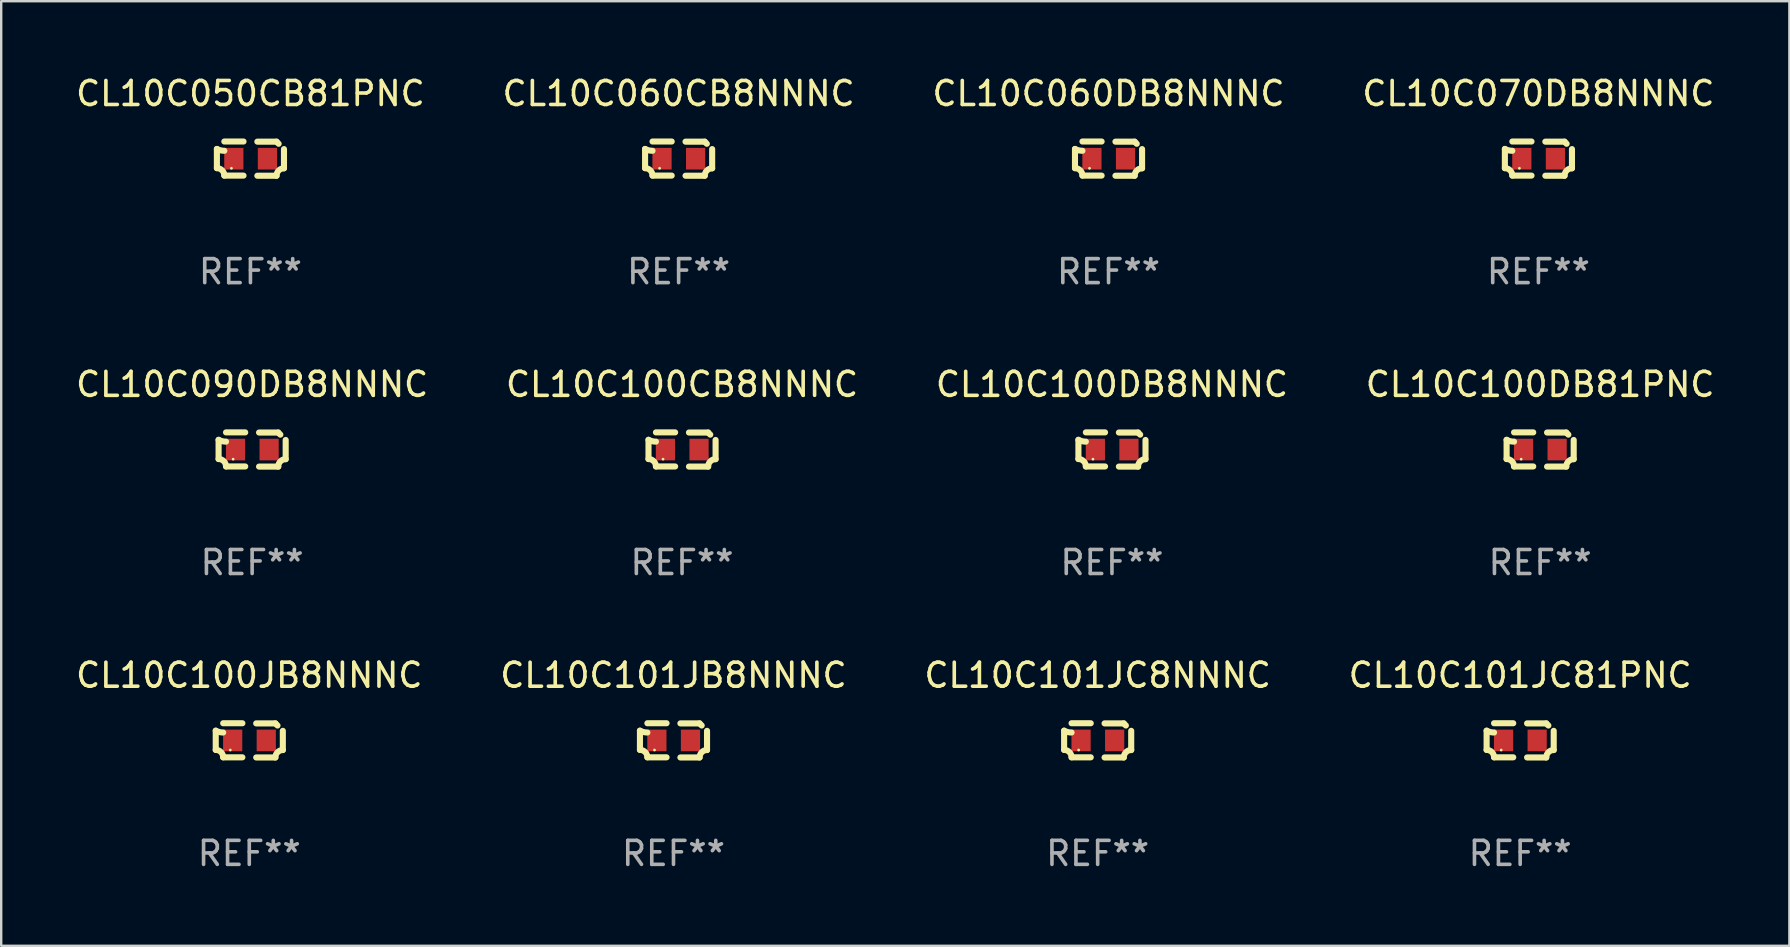
<source format=kicad_pcb>
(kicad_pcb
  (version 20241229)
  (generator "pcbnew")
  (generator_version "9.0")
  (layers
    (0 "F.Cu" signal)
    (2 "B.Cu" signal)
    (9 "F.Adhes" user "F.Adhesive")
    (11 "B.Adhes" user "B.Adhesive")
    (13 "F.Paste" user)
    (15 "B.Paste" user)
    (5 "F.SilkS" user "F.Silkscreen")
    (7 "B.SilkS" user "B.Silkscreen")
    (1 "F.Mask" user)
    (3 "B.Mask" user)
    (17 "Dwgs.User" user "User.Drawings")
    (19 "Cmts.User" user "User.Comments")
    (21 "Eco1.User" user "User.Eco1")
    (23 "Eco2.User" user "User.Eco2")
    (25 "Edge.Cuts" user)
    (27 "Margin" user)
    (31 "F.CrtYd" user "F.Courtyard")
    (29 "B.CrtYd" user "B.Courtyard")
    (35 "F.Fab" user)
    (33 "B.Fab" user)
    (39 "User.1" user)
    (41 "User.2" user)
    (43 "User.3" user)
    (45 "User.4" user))
  (footprint "CL10C100DB8NNNC"
    (layer "F.Cu")
    (at 43.292 15.683)
    (property "Reference" "CL10C100DB8NNNC" (at 0 -2.713 0) (layer "F.SilkS") (effects (font (size 1 1) (thickness 0.15))))
    (attr through_hole)
    (fp_line (start -1.398 -0.403) (end -1.398 0.397) (stroke (width 0.254) (type solid)) (layer "F.SilkS"))
    (fp_line (start -0.288 -0.713) (end -1.088 -0.713) (stroke (width 0.254) (type solid)) (layer "F.SilkS"))
    (fp_line (start -0.288 0.707) (end -1.088 0.707) (stroke (width 0.254) (type solid)) (layer "F.SilkS"))
    (fp_line (start 0.288 -0.707) (end 1.088 -0.707) (stroke (width 0.254) (type solid)) (layer "F.SilkS"))
    (fp_line (start 0.288 0.713) (end 1.088 0.713) (stroke (width 0.254) (type solid)) (layer "F.SilkS"))
    (fp_line (start 1.398 -0.397) (end 1.398 0.403) (stroke (width 0.254) (type solid)) (layer "F.SilkS"))
    (fp_arc (start -1.397789 0.397066) (mid -1.178701 0.487826) (end -1.08796 0.706922) (stroke (width 0.254001) (type solid)) (layer "F.SilkS"))
    (fp_arc (start -1.08796 -0.327176) (mid -1.247436 -0.346384) (end -1.39779 -0.402908) (stroke (width 0.254001) (type solid)) (layer "F.SilkS"))
    (fp_arc (start 1.087909 0.712738) (mid 1.178656 0.493655) (end 1.397739 0.402908) (stroke (width 0.254001) (type solid)) (layer "F.SilkS"))
    (fp_arc (start 1.175925 -0.618926) (mid 1.131917 -0.662923) (end 1.08791 -0.706922) (stroke (width 0.254001) (type solid)) (layer "F.SilkS"))
    (fp_circle (center -0.792 0.403) (end -0.762 0.403) (stroke (width 0.06) (type solid)) (fill no) (layer "F.SilkS"))
    (fp_text user "REF**" (at 0 4.713 0) (layer "F.Fab") (effects (font (size 1 1) (thickness 0.15))))
    (pad "1" smd rect (at -0.692 0.003) (size 0.8 0.9) (layers "F.Cu" "F.Mask" "F.Paste"))
    (pad "2" smd rect (at 0.708 0.003) (size 0.8 0.9) (layers "F.Cu" "F.Mask" "F.Paste")))
  (footprint "CL10C100DB81PNC"
    (layer "F.Cu")
    (at 61.137 15.683)
    (property "Reference" "CL10C100DB81PNC" (at 0 -2.713 0) (layer "F.SilkS") (effects (font (size 1 1) (thickness 0.15))))
    (attr through_hole)
    (fp_line (start -1.398 -0.403) (end -1.398 0.397) (stroke (width 0.254) (type solid)) (layer "F.SilkS"))
    (fp_line (start -0.288 -0.713) (end -1.088 -0.713) (stroke (width 0.254) (type solid)) (layer "F.SilkS"))
    (fp_line (start -0.288 0.707) (end -1.088 0.707) (stroke (width 0.254) (type solid)) (layer "F.SilkS"))
    (fp_line (start 0.288 -0.707) (end 1.088 -0.707) (stroke (width 0.254) (type solid)) (layer "F.SilkS"))
    (fp_line (start 0.288 0.713) (end 1.088 0.713) (stroke (width 0.254) (type solid)) (layer "F.SilkS"))
    (fp_line (start 1.398 -0.397) (end 1.398 0.403) (stroke (width 0.254) (type solid)) (layer "F.SilkS"))
    (fp_arc (start -1.397789 0.397066) (mid -1.178701 0.487826) (end -1.08796 0.706922) (stroke (width 0.254001) (type solid)) (layer "F.SilkS"))
    (fp_arc (start -1.08796 -0.327176) (mid -1.247436 -0.346384) (end -1.39779 -0.402908) (stroke (width 0.254001) (type solid)) (layer "F.SilkS"))
    (fp_arc (start 1.087909 0.712738) (mid 1.178656 0.493655) (end 1.397739 0.402908) (stroke (width 0.254001) (type solid)) (layer "F.SilkS"))
    (fp_arc (start 1.175925 -0.618926) (mid 1.131917 -0.662923) (end 1.08791 -0.706922) (stroke (width 0.254001) (type solid)) (layer "F.SilkS"))
    (fp_circle (center -0.792 0.403) (end -0.762 0.403) (stroke (width 0.06) (type solid)) (fill no) (layer "F.SilkS"))
    (fp_text user "REF**" (at 0 4.713 0) (layer "F.Fab") (effects (font (size 1 1) (thickness 0.15))))
    (pad "1" smd rect (at -0.692 0.003) (size 0.8 0.9) (layers "F.Cu" "F.Mask" "F.Paste"))
    (pad "2" smd rect (at 0.708 0.003) (size 0.8 0.9) (layers "F.Cu" "F.Mask" "F.Paste")))
  (footprint "CL10C101JB8NNNC"
    (layer "F.Cu")
    (at 25.018 27.805)
    (property "Reference" "CL10C101JB8NNNC" (at 0 -2.713 0) (layer "F.SilkS") (effects (font (size 1 1) (thickness 0.15))))
    (attr through_hole)
    (fp_line (start -1.398 -0.403) (end -1.398 0.397) (stroke (width 0.254) (type solid)) (layer "F.SilkS"))
    (fp_line (start -0.288 -0.713) (end -1.088 -0.713) (stroke (width 0.254) (type solid)) (layer "F.SilkS"))
    (fp_line (start -0.288 0.707) (end -1.088 0.707) (stroke (width 0.254) (type solid)) (layer "F.SilkS"))
    (fp_line (start 0.288 -0.707) (end 1.088 -0.707) (stroke (width 0.254) (type solid)) (layer "F.SilkS"))
    (fp_line (start 0.288 0.713) (end 1.088 0.713) (stroke (width 0.254) (type solid)) (layer "F.SilkS"))
    (fp_line (start 1.398 -0.397) (end 1.398 0.403) (stroke (width 0.254) (type solid)) (layer "F.SilkS"))
    (fp_arc (start -1.397789 0.397066) (mid -1.178701 0.487826) (end -1.08796 0.706922) (stroke (width 0.254001) (type solid)) (layer "F.SilkS"))
    (fp_arc (start -1.08796 -0.327176) (mid -1.247436 -0.346384) (end -1.39779 -0.402908) (stroke (width 0.254001) (type solid)) (layer "F.SilkS"))
    (fp_arc (start 1.087909 0.712738) (mid 1.178656 0.493655) (end 1.397739 0.402908) (stroke (width 0.254001) (type solid)) (layer "F.SilkS"))
    (fp_arc (start 1.175925 -0.618926) (mid 1.131917 -0.662923) (end 1.08791 -0.706922) (stroke (width 0.254001) (type solid)) (layer "F.SilkS"))
    (fp_circle (center -0.792 0.403) (end -0.762 0.403) (stroke (width 0.06) (type solid)) (fill no) (layer "F.SilkS"))
    (fp_text user "REF**" (at 0 4.713 0) (layer "F.Fab") (effects (font (size 1 1) (thickness 0.15))))
    (pad "1" smd rect (at -0.692 0.003) (size 0.8 0.9) (layers "F.Cu" "F.Mask" "F.Paste"))
    (pad "2" smd rect (at 0.708 0.003) (size 0.8 0.9) (layers "F.Cu" "F.Mask" "F.Paste")))
  (footprint "CL10C100JB8NNNC"
    (layer "F.Cu")
    (at 7.339 27.805)
    (property "Reference" "CL10C100JB8NNNC" (at 0 -2.713 0) (layer "F.SilkS") (effects (font (size 1 1) (thickness 0.15))))
    (attr through_hole)
    (fp_line (start -1.398 -0.403) (end -1.398 0.397) (stroke (width 0.254) (type solid)) (layer "F.SilkS"))
    (fp_line (start -0.288 -0.713) (end -1.088 -0.713) (stroke (width 0.254) (type solid)) (layer "F.SilkS"))
    (fp_line (start -0.288 0.707) (end -1.088 0.707) (stroke (width 0.254) (type solid)) (layer "F.SilkS"))
    (fp_line (start 0.288 -0.707) (end 1.088 -0.707) (stroke (width 0.254) (type solid)) (layer "F.SilkS"))
    (fp_line (start 0.288 0.713) (end 1.088 0.713) (stroke (width 0.254) (type solid)) (layer "F.SilkS"))
    (fp_line (start 1.398 -0.397) (end 1.398 0.403) (stroke (width 0.254) (type solid)) (layer "F.SilkS"))
    (fp_arc (start -1.397789 0.397066) (mid -1.178701 0.487826) (end -1.08796 0.706922) (stroke (width 0.254001) (type solid)) (layer "F.SilkS"))
    (fp_arc (start -1.08796 -0.327176) (mid -1.247436 -0.346384) (end -1.39779 -0.402908) (stroke (width 0.254001) (type solid)) (layer "F.SilkS"))
    (fp_arc (start 1.087909 0.712738) (mid 1.178656 0.493655) (end 1.397739 0.402908) (stroke (width 0.254001) (type solid)) (layer "F.SilkS"))
    (fp_arc (start 1.175925 -0.618926) (mid 1.131917 -0.662923) (end 1.08791 -0.706922) (stroke (width 0.254001) (type solid)) (layer "F.SilkS"))
    (fp_circle (center -0.792 0.403) (end -0.762 0.403) (stroke (width 0.06) (type solid)) (fill no) (layer "F.SilkS"))
    (fp_text user "REF**" (at 0 4.713 0) (layer "F.Fab") (effects (font (size 1 1) (thickness 0.15))))
    (pad "1" smd rect (at -0.692 0.003) (size 0.8 0.9) (layers "F.Cu" "F.Mask" "F.Paste"))
    (pad "2" smd rect (at 0.708 0.003) (size 0.8 0.9) (layers "F.Cu" "F.Mask" "F.Paste")))
  (footprint "CL10C101JC81PNC"
    (layer "F.Cu")
    (at 60.304 27.805)
    (property "Reference" "CL10C101JC81PNC" (at 0 -2.713 0) (layer "F.SilkS") (effects (font (size 1 1) (thickness 0.15))))
    (attr through_hole)
    (fp_line (start -1.398 -0.403) (end -1.398 0.397) (stroke (width 0.254) (type solid)) (layer "F.SilkS"))
    (fp_line (start -0.288 -0.713) (end -1.088 -0.713) (stroke (width 0.254) (type solid)) (layer "F.SilkS"))
    (fp_line (start -0.288 0.707) (end -1.088 0.707) (stroke (width 0.254) (type solid)) (layer "F.SilkS"))
    (fp_line (start 0.288 -0.707) (end 1.088 -0.707) (stroke (width 0.254) (type solid)) (layer "F.SilkS"))
    (fp_line (start 0.288 0.713) (end 1.088 0.713) (stroke (width 0.254) (type solid)) (layer "F.SilkS"))
    (fp_line (start 1.398 -0.397) (end 1.398 0.403) (stroke (width 0.254) (type solid)) (layer "F.SilkS"))
    (fp_arc (start -1.397789 0.397066) (mid -1.178701 0.487826) (end -1.08796 0.706922) (stroke (width 0.254001) (type solid)) (layer "F.SilkS"))
    (fp_arc (start -1.08796 -0.327176) (mid -1.247436 -0.346384) (end -1.39779 -0.402908) (stroke (width 0.254001) (type solid)) (layer "F.SilkS"))
    (fp_arc (start 1.087909 0.712738) (mid 1.178656 0.493655) (end 1.397739 0.402908) (stroke (width 0.254001) (type solid)) (layer "F.SilkS"))
    (fp_arc (start 1.175925 -0.618926) (mid 1.131917 -0.662923) (end 1.08791 -0.706922) (stroke (width 0.254001) (type solid)) (layer "F.SilkS"))
    (fp_circle (center -0.792 0.403) (end -0.762 0.403) (stroke (width 0.06) (type solid)) (fill no) (layer "F.SilkS"))
    (fp_text user "REF**" (at 0 4.713 0) (layer "F.Fab") (effects (font (size 1 1) (thickness 0.15))))
    (pad "1" smd rect (at -0.692 0.003) (size 0.8 0.9) (layers "F.Cu" "F.Mask" "F.Paste"))
    (pad "2" smd rect (at 0.708 0.003) (size 0.8 0.9) (layers "F.Cu" "F.Mask" "F.Paste")))
  (footprint "CL10C060CB8NNNC"
    (layer "F.Cu")
    (at 25.232 3.561)
    (property "Reference" "CL10C060CB8NNNC" (at 0 -2.713 0) (layer "F.SilkS") (effects (font (size 1 1) (thickness 0.15))))
    (attr through_hole)
    (fp_line (start -1.398 -0.403) (end -1.398 0.397) (stroke (width 0.254) (type solid)) (layer "F.SilkS"))
    (fp_line (start -0.288 -0.713) (end -1.088 -0.713) (stroke (width 0.254) (type solid)) (layer "F.SilkS"))
    (fp_line (start -0.288 0.707) (end -1.088 0.707) (stroke (width 0.254) (type solid)) (layer "F.SilkS"))
    (fp_line (start 0.288 -0.707) (end 1.088 -0.707) (stroke (width 0.254) (type solid)) (layer "F.SilkS"))
    (fp_line (start 0.288 0.713) (end 1.088 0.713) (stroke (width 0.254) (type solid)) (layer "F.SilkS"))
    (fp_line (start 1.398 -0.397) (end 1.398 0.403) (stroke (width 0.254) (type solid)) (layer "F.SilkS"))
    (fp_arc (start -1.397789 0.397066) (mid -1.178701 0.487826) (end -1.08796 0.706922) (stroke (width 0.254001) (type solid)) (layer "F.SilkS"))
    (fp_arc (start -1.08796 -0.327176) (mid -1.247436 -0.346384) (end -1.39779 -0.402908) (stroke (width 0.254001) (type solid)) (layer "F.SilkS"))
    (fp_arc (start 1.087909 0.712738) (mid 1.178656 0.493655) (end 1.397739 0.402908) (stroke (width 0.254001) (type solid)) (layer "F.SilkS"))
    (fp_arc (start 1.175925 -0.618926) (mid 1.131917 -0.662923) (end 1.08791 -0.706922) (stroke (width 0.254001) (type solid)) (layer "F.SilkS"))
    (fp_circle (center -0.792 0.403) (end -0.762 0.403) (stroke (width 0.06) (type solid)) (fill no) (layer "F.SilkS"))
    (fp_text user "REF**" (at 0 4.713 0) (layer "F.Fab") (effects (font (size 1 1) (thickness 0.15))))
    (pad "1" smd rect (at -0.692 0.003) (size 0.8 0.9) (layers "F.Cu" "F.Mask" "F.Paste"))
    (pad "2" smd rect (at 0.708 0.003) (size 0.8 0.9) (layers "F.Cu" "F.Mask" "F.Paste")))
  (footprint "CL10C060DB8NNNC"
    (layer "F.Cu")
    (at 43.149 3.561)
    (property "Reference" "CL10C060DB8NNNC" (at 0 -2.713 0) (layer "F.SilkS") (effects (font (size 1 1) (thickness 0.15))))
    (attr through_hole)
    (fp_line (start -1.398 -0.403) (end -1.398 0.397) (stroke (width 0.254) (type solid)) (layer "F.SilkS"))
    (fp_line (start -0.288 -0.713) (end -1.088 -0.713) (stroke (width 0.254) (type solid)) (layer "F.SilkS"))
    (fp_line (start -0.288 0.707) (end -1.088 0.707) (stroke (width 0.254) (type solid)) (layer "F.SilkS"))
    (fp_line (start 0.288 -0.707) (end 1.088 -0.707) (stroke (width 0.254) (type solid)) (layer "F.SilkS"))
    (fp_line (start 0.288 0.713) (end 1.088 0.713) (stroke (width 0.254) (type solid)) (layer "F.SilkS"))
    (fp_line (start 1.398 -0.397) (end 1.398 0.403) (stroke (width 0.254) (type solid)) (layer "F.SilkS"))
    (fp_arc (start -1.397789 0.397066) (mid -1.178701 0.487826) (end -1.08796 0.706922) (stroke (width 0.254001) (type solid)) (layer "F.SilkS"))
    (fp_arc (start -1.08796 -0.327176) (mid -1.247436 -0.346384) (end -1.39779 -0.402908) (stroke (width 0.254001) (type solid)) (layer "F.SilkS"))
    (fp_arc (start 1.087909 0.712738) (mid 1.178656 0.493655) (end 1.397739 0.402908) (stroke (width 0.254001) (type solid)) (layer "F.SilkS"))
    (fp_arc (start 1.175925 -0.618926) (mid 1.131917 -0.662923) (end 1.08791 -0.706922) (stroke (width 0.254001) (type solid)) (layer "F.SilkS"))
    (fp_circle (center -0.792 0.403) (end -0.762 0.403) (stroke (width 0.06) (type solid)) (fill no) (layer "F.SilkS"))
    (fp_text user "REF**" (at 0 4.713 0) (layer "F.Fab") (effects (font (size 1 1) (thickness 0.15))))
    (pad "1" smd rect (at -0.692 0.003) (size 0.8 0.9) (layers "F.Cu" "F.Mask" "F.Paste"))
    (pad "2" smd rect (at 0.708 0.003) (size 0.8 0.9) (layers "F.Cu" "F.Mask" "F.Paste")))
  (footprint "CL10C050CB81PNC"
    (layer "F.Cu")
    (at 7.387 3.561)
    (property "Reference" "CL10C050CB81PNC" (at 0 -2.713 0) (layer "F.SilkS") (effects (font (size 1 1) (thickness 0.15))))
    (attr through_hole)
    (fp_line (start -1.398 -0.403) (end -1.398 0.397) (stroke (width 0.254) (type solid)) (layer "F.SilkS"))
    (fp_line (start -0.288 -0.713) (end -1.088 -0.713) (stroke (width 0.254) (type solid)) (layer "F.SilkS"))
    (fp_line (start -0.288 0.707) (end -1.088 0.707) (stroke (width 0.254) (type solid)) (layer "F.SilkS"))
    (fp_line (start 0.288 -0.707) (end 1.088 -0.707) (stroke (width 0.254) (type solid)) (layer "F.SilkS"))
    (fp_line (start 0.288 0.713) (end 1.088 0.713) (stroke (width 0.254) (type solid)) (layer "F.SilkS"))
    (fp_line (start 1.398 -0.397) (end 1.398 0.403) (stroke (width 0.254) (type solid)) (layer "F.SilkS"))
    (fp_arc (start -1.397789 0.397066) (mid -1.178701 0.487826) (end -1.08796 0.706922) (stroke (width 0.254001) (type solid)) (layer "F.SilkS"))
    (fp_arc (start -1.08796 -0.327176) (mid -1.247436 -0.346384) (end -1.39779 -0.402908) (stroke (width 0.254001) (type solid)) (layer "F.SilkS"))
    (fp_arc (start 1.087909 0.712738) (mid 1.178656 0.493655) (end 1.397739 0.402908) (stroke (width 0.254001) (type solid)) (layer "F.SilkS"))
    (fp_arc (start 1.175925 -0.618926) (mid 1.131917 -0.662923) (end 1.08791 -0.706922) (stroke (width 0.254001) (type solid)) (layer "F.SilkS"))
    (fp_circle (center -0.792 0.403) (end -0.762 0.403) (stroke (width 0.06) (type solid)) (fill no) (layer "F.SilkS"))
    (fp_text user "REF**" (at 0 4.713 0) (layer "F.Fab") (effects (font (size 1 1) (thickness 0.15))))
    (pad "1" smd rect (at -0.692 0.003) (size 0.8 0.9) (layers "F.Cu" "F.Mask" "F.Paste"))
    (pad "2" smd rect (at 0.708 0.003) (size 0.8 0.9) (layers "F.Cu" "F.Mask" "F.Paste")))
  (footprint "CL10C101JC8NNNC"
    (layer "F.Cu")
    (at 42.696 27.805)
    (property "Reference" "CL10C101JC8NNNC" (at 0 -2.713 0) (layer "F.SilkS") (effects (font (size 1 1) (thickness 0.15))))
    (attr through_hole)
    (fp_line (start -1.398 -0.403) (end -1.398 0.397) (stroke (width 0.254) (type solid)) (layer "F.SilkS"))
    (fp_line (start -0.288 -0.713) (end -1.088 -0.713) (stroke (width 0.254) (type solid)) (layer "F.SilkS"))
    (fp_line (start -0.288 0.707) (end -1.088 0.707) (stroke (width 0.254) (type solid)) (layer "F.SilkS"))
    (fp_line (start 0.288 -0.707) (end 1.088 -0.707) (stroke (width 0.254) (type solid)) (layer "F.SilkS"))
    (fp_line (start 0.288 0.713) (end 1.088 0.713) (stroke (width 0.254) (type solid)) (layer "F.SilkS"))
    (fp_line (start 1.398 -0.397) (end 1.398 0.403) (stroke (width 0.254) (type solid)) (layer "F.SilkS"))
    (fp_arc (start -1.397789 0.397066) (mid -1.178701 0.487826) (end -1.08796 0.706922) (stroke (width 0.254001) (type solid)) (layer "F.SilkS"))
    (fp_arc (start -1.08796 -0.327176) (mid -1.247436 -0.346384) (end -1.39779 -0.402908) (stroke (width 0.254001) (type solid)) (layer "F.SilkS"))
    (fp_arc (start 1.087909 0.712738) (mid 1.178656 0.493655) (end 1.397739 0.402908) (stroke (width 0.254001) (type solid)) (layer "F.SilkS"))
    (fp_arc (start 1.175925 -0.618926) (mid 1.131917 -0.662923) (end 1.08791 -0.706922) (stroke (width 0.254001) (type solid)) (layer "F.SilkS"))
    (fp_circle (center -0.792 0.403) (end -0.762 0.403) (stroke (width 0.06) (type solid)) (fill no) (layer "F.SilkS"))
    (fp_text user "REF**" (at 0 4.713 0) (layer "F.Fab") (effects (font (size 1 1) (thickness 0.15))))
    (pad "1" smd rect (at -0.692 0.003) (size 0.8 0.9) (layers "F.Cu" "F.Mask" "F.Paste"))
    (pad "2" smd rect (at 0.708 0.003) (size 0.8 0.9) (layers "F.Cu" "F.Mask" "F.Paste")))
  (footprint "CL10C090DB8NNNC"
    (layer "F.Cu")
    (at 7.458 15.683)
    (property "Reference" "CL10C090DB8NNNC" (at 0 -2.713 0) (layer "F.SilkS") (effects (font (size 1 1) (thickness 0.15))))
    (attr through_hole)
    (fp_line (start -1.398 -0.403) (end -1.398 0.397) (stroke (width 0.254) (type solid)) (layer "F.SilkS"))
    (fp_line (start -0.288 -0.713) (end -1.088 -0.713) (stroke (width 0.254) (type solid)) (layer "F.SilkS"))
    (fp_line (start -0.288 0.707) (end -1.088 0.707) (stroke (width 0.254) (type solid)) (layer "F.SilkS"))
    (fp_line (start 0.288 -0.707) (end 1.088 -0.707) (stroke (width 0.254) (type solid)) (layer "F.SilkS"))
    (fp_line (start 0.288 0.713) (end 1.088 0.713) (stroke (width 0.254) (type solid)) (layer "F.SilkS"))
    (fp_line (start 1.398 -0.397) (end 1.398 0.403) (stroke (width 0.254) (type solid)) (layer "F.SilkS"))
    (fp_arc (start -1.397789 0.397066) (mid -1.178701 0.487826) (end -1.08796 0.706922) (stroke (width 0.254001) (type solid)) (layer "F.SilkS"))
    (fp_arc (start -1.08796 -0.327176) (mid -1.247436 -0.346384) (end -1.39779 -0.402908) (stroke (width 0.254001) (type solid)) (layer "F.SilkS"))
    (fp_arc (start 1.087909 0.712738) (mid 1.178656 0.493655) (end 1.397739 0.402908) (stroke (width 0.254001) (type solid)) (layer "F.SilkS"))
    (fp_arc (start 1.175925 -0.618926) (mid 1.131917 -0.662923) (end 1.08791 -0.706922) (stroke (width 0.254001) (type solid)) (layer "F.SilkS"))
    (fp_circle (center -0.792 0.403) (end -0.762 0.403) (stroke (width 0.06) (type solid)) (fill no) (layer "F.SilkS"))
    (fp_text user "REF**" (at 0 4.713 0) (layer "F.Fab") (effects (font (size 1 1) (thickness 0.15))))
    (pad "1" smd rect (at -0.692 0.003) (size 0.8 0.9) (layers "F.Cu" "F.Mask" "F.Paste"))
    (pad "2" smd rect (at 0.708 0.003) (size 0.8 0.9) (layers "F.Cu" "F.Mask" "F.Paste")))
  (footprint "CL10C070DB8NNNC"
    (layer "F.Cu")
    (at 61.065 3.561)
    (property "Reference" "CL10C070DB8NNNC" (at 0 -2.713 0) (layer "F.SilkS") (effects (font (size 1 1) (thickness 0.15))))
    (attr through_hole)
    (fp_line (start -1.398 -0.403) (end -1.398 0.397) (stroke (width 0.254) (type solid)) (layer "F.SilkS"))
    (fp_line (start -0.288 -0.713) (end -1.088 -0.713) (stroke (width 0.254) (type solid)) (layer "F.SilkS"))
    (fp_line (start -0.288 0.707) (end -1.088 0.707) (stroke (width 0.254) (type solid)) (layer "F.SilkS"))
    (fp_line (start 0.288 -0.707) (end 1.088 -0.707) (stroke (width 0.254) (type solid)) (layer "F.SilkS"))
    (fp_line (start 0.288 0.713) (end 1.088 0.713) (stroke (width 0.254) (type solid)) (layer "F.SilkS"))
    (fp_line (start 1.398 -0.397) (end 1.398 0.403) (stroke (width 0.254) (type solid)) (layer "F.SilkS"))
    (fp_arc (start -1.397789 0.397066) (mid -1.178701 0.487826) (end -1.08796 0.706922) (stroke (width 0.254001) (type solid)) (layer "F.SilkS"))
    (fp_arc (start -1.08796 -0.327176) (mid -1.247436 -0.346384) (end -1.39779 -0.402908) (stroke (width 0.254001) (type solid)) (layer "F.SilkS"))
    (fp_arc (start 1.087909 0.712738) (mid 1.178656 0.493655) (end 1.397739 0.402908) (stroke (width 0.254001) (type solid)) (layer "F.SilkS"))
    (fp_arc (start 1.175925 -0.618926) (mid 1.131917 -0.662923) (end 1.08791 -0.706922) (stroke (width 0.254001) (type solid)) (layer "F.SilkS"))
    (fp_circle (center -0.792 0.403) (end -0.762 0.403) (stroke (width 0.06) (type solid)) (fill no) (layer "F.SilkS"))
    (fp_text user "REF**" (at 0 4.713 0) (layer "F.Fab") (effects (font (size 1 1) (thickness 0.15))))
    (pad "1" smd rect (at -0.692 0.003) (size 0.8 0.9) (layers "F.Cu" "F.Mask" "F.Paste"))
    (pad "2" smd rect (at 0.708 0.003) (size 0.8 0.9) (layers "F.Cu" "F.Mask" "F.Paste")))
  (footprint "CL10C100CB8NNNC"
    (layer "F.Cu")
    (at 25.375 15.683)
    (property "Reference" "CL10C100CB8NNNC" (at 0 -2.713 0) (layer "F.SilkS") (effects (font (size 1 1) (thickness 0.15))))
    (attr through_hole)
    (fp_line (start -1.398 -0.403) (end -1.398 0.397) (stroke (width 0.254) (type solid)) (layer "F.SilkS"))
    (fp_line (start -0.288 -0.713) (end -1.088 -0.713) (stroke (width 0.254) (type solid)) (layer "F.SilkS"))
    (fp_line (start -0.288 0.707) (end -1.088 0.707) (stroke (width 0.254) (type solid)) (layer "F.SilkS"))
    (fp_line (start 0.288 -0.707) (end 1.088 -0.707) (stroke (width 0.254) (type solid)) (layer "F.SilkS"))
    (fp_line (start 0.288 0.713) (end 1.088 0.713) (stroke (width 0.254) (type solid)) (layer "F.SilkS"))
    (fp_line (start 1.398 -0.397) (end 1.398 0.403) (stroke (width 0.254) (type solid)) (layer "F.SilkS"))
    (fp_arc (start -1.397789 0.397066) (mid -1.178701 0.487826) (end -1.08796 0.706922) (stroke (width 0.254001) (type solid)) (layer "F.SilkS"))
    (fp_arc (start -1.08796 -0.327176) (mid -1.247436 -0.346384) (end -1.39779 -0.402908) (stroke (width 0.254001) (type solid)) (layer "F.SilkS"))
    (fp_arc (start 1.087909 0.712738) (mid 1.178656 0.493655) (end 1.397739 0.402908) (stroke (width 0.254001) (type solid)) (layer "F.SilkS"))
    (fp_arc (start 1.175925 -0.618926) (mid 1.131917 -0.662923) (end 1.08791 -0.706922) (stroke (width 0.254001) (type solid)) (layer "F.SilkS"))
    (fp_circle (center -0.792 0.403) (end -0.762 0.403) (stroke (width 0.06) (type solid)) (fill no) (layer "F.SilkS"))
    (fp_text user "REF**" (at 0 4.713 0) (layer "F.Fab") (effects (font (size 1 1) (thickness 0.15))))
    (pad "1" smd rect (at -0.692 0.003) (size 0.8 0.9) (layers "F.Cu" "F.Mask" "F.Paste"))
    (pad "2" smd rect (at 0.708 0.003) (size 0.8 0.9) (layers "F.Cu" "F.Mask" "F.Paste")))
  (gr_rect
    (start -3 -3)
    (end 71.524 36.366)
    (stroke (width 0.1) (type default))
    (fill no)
    (layer "Edge.Cuts")))
</source>
